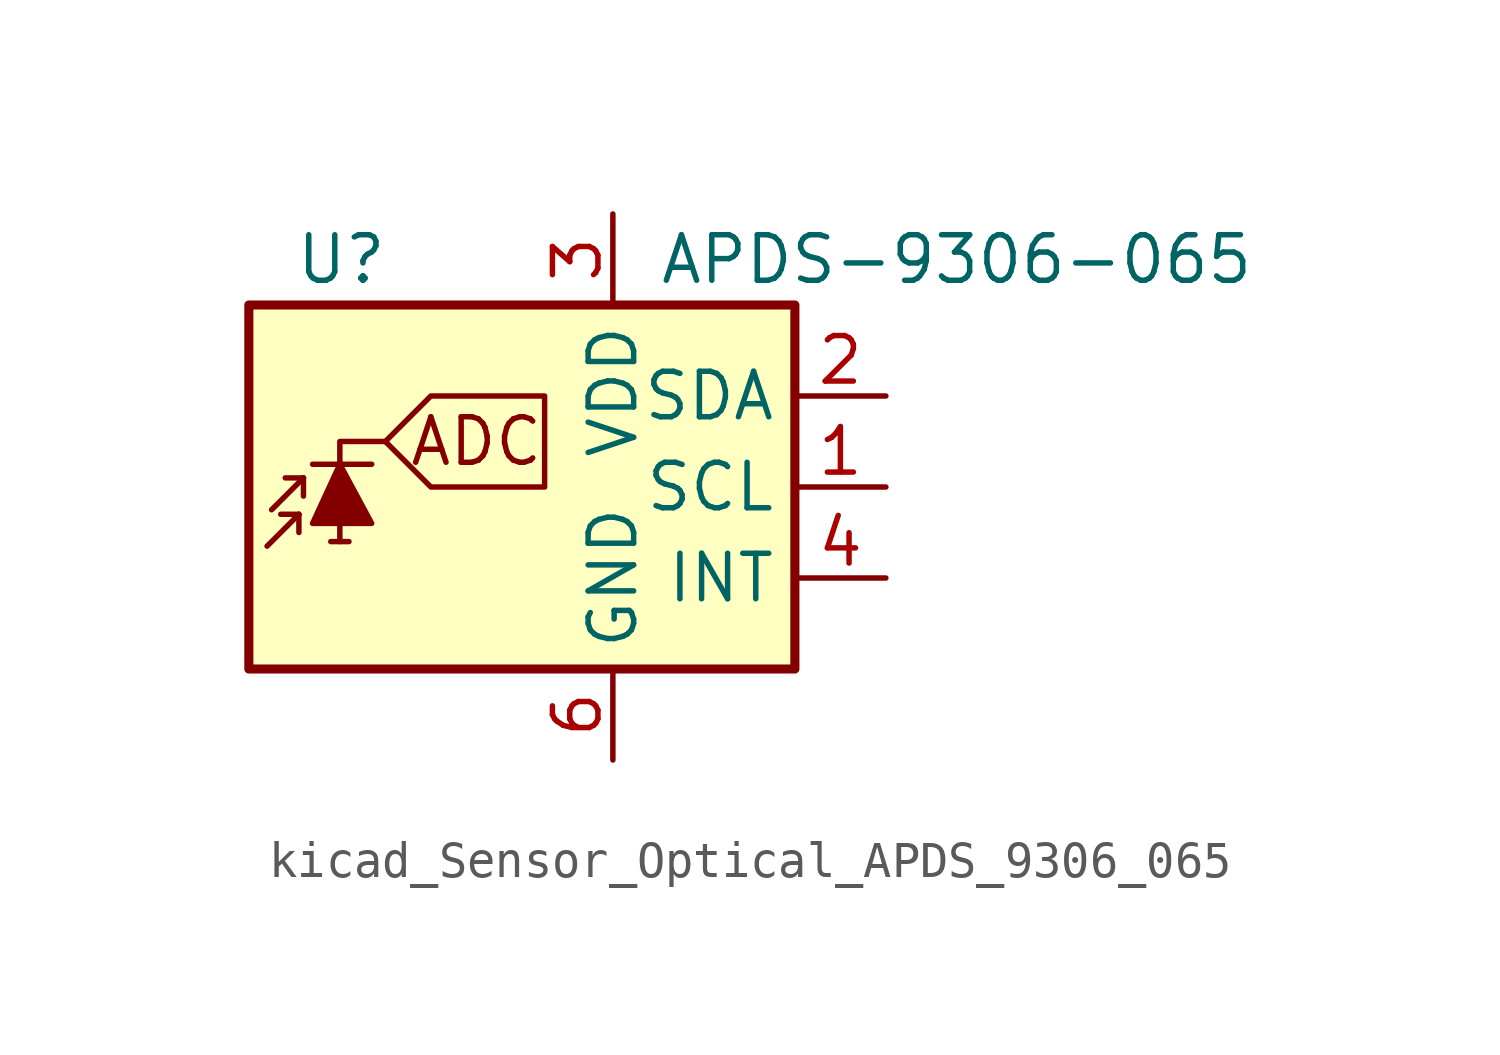
<source format=kicad_sym>
(kicad_symbol_lib
  (version 20220914)
  (generator kicad_symbol_editor)
  (symbol "kicad_Sensor_Optical_APDS_9306_065"
    (property "Reference" "U"
      (at -6.35 6.35 0)
      (effects (font (size 1.27 1.27)) (justify left)))
    (property "Value" "APDS-9306-065"
      (at 3.81 6.35 0)
      (effects (font (size 1.27 1.27)) (justify left)))
    (symbol "kicad_Sensor_Optical_APDS_9306_065_0_0"
      (polyline (pts (xy -3.81 1.27) (xy -2.54 2.54) (xy 0.635 2.54) (xy 0.635 0) (xy -2.54 0) (xy -3.81 1.27)) (stroke (width 0) (type default)) (fill (type none)))
      (text "ADC" (at -1.27 1.27 0) (effects (font (size 1.27 1.27)))))
    (symbol "kicad_Sensor_Optical_APDS_9306_065_0_1"
      (rectangle (start -7.62 5.08) (end 7.62 -5.08) (stroke (width 0.254) (type default)) (fill (type background))))
    (symbol "kicad_Sensor_Optical_APDS_9306_065_1_0"
      (polyline (pts (xy -5.08 -1.524) (xy -5.08 1.27) (xy -3.81 1.27)) (stroke (width 0) (type default)) (fill (type none))))
    (symbol "kicad_Sensor_Optical_APDS_9306_065_1_1"
      (polyline (pts (xy -6.223 -0.762) (xy -7.112 -1.651)) (stroke (width 0) (type default)) (fill (type none)))
      (polyline (pts (xy -6.223 -0.762) (xy -6.731 -0.762)) (stroke (width 0) (type default)) (fill (type none)))
      (polyline (pts (xy -6.223 -0.762) (xy -6.223 -1.27)) (stroke (width 0) (type default)) (fill (type none)))
      (polyline (pts (xy -6.096 0.254) (xy -6.985 -0.635)) (stroke (width 0) (type default)) (fill (type none)))
      (polyline (pts (xy -6.096 0.254) (xy -6.604 0.254)) (stroke (width 0) (type default)) (fill (type none)))
      (polyline (pts (xy -6.096 0.254) (xy -6.096 -0.254)) (stroke (width 0) (type default)) (fill (type none)))
      (polyline (pts (xy -5.842 0.635) (xy -4.191 0.635)) (stroke (width 0) (type default)) (fill (type none)))
      (polyline (pts (xy -4.826 -1.524) (xy -5.334 -1.524)) (stroke (width 0) (type default)) (fill (type none)))
      (polyline (pts (xy -5.842 -1.016) (xy -4.191 -1.016) (xy -5.08 0.635) (xy -5.842 -1.016)) (stroke (width 0) (type default)) (fill (type outline)))
      (pin input line (at 10.16 0 180) (length 2.54) (name "SCL" (effects (font (size 1.27 1.27)))) (number "1" (effects (font (size 1.27 1.27)))))
      (pin bidirectional line (at 10.16 2.54 180) (length 2.54) (name "SDA" (effects (font (size 1.27 1.27)))) (number "2" (effects (font (size 1.27 1.27)))))
      (pin power_in line (at 2.54 7.62 270) (length 2.54) (name "VDD" (effects (font (size 1.27 1.27)))) (number "3" (effects (font (size 1.27 1.27)))))
      (pin open_collector line (at 10.16 -2.54 180) (length 2.54) (name "INT" (effects (font (size 1.27 1.27)))) (number "4" (effects (font (size 1.27 1.27)))))
      (pin no_connect line (at -7.62 2.54 0) (length 2.54) hide (name "NC" (effects (font (size 1.27 1.27)))) (number "5" (effects (font (size 1.27 1.27)))))
      (pin power_in line (at 2.54 -7.62 90) (length 2.54) (name "GND" (effects (font (size 1.27 1.27)))) (number "6" (effects (font (size 1.27 1.27))))))))
</source>
